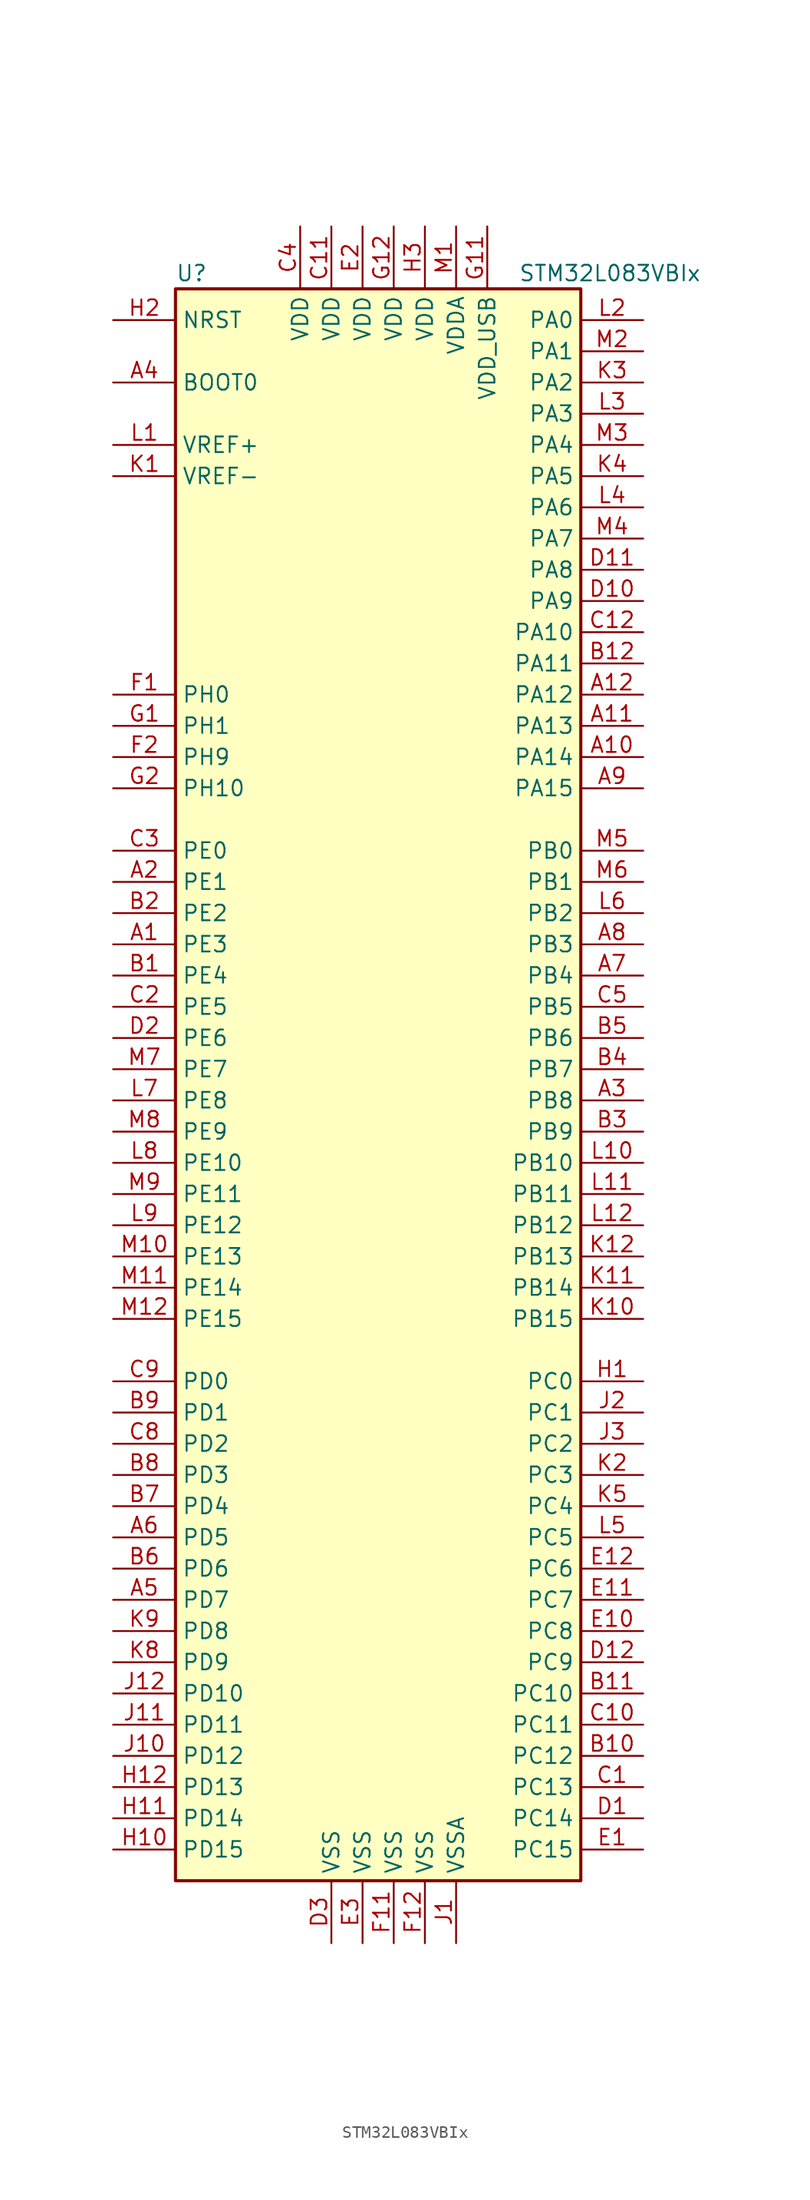
<source format=kicad_sym>
(kicad_symbol_lib
  (version 20201005)
  (generator kicad_symbol_editor)
  (symbol "STM32L083VBIx"
    (property "Reference" "U"
      (at -17.78 64.77 0)
      (effects (font (size 1.27 1.27)) (justify left)))
    (property "Value" "STM32L083VBIx"
      (at 10.16 64.77 0)
      (effects (font (size 1.27 1.27)) (justify left)))
    (symbol "STM32L083VBIx_0_1"
      (rectangle (start -17.78 -66.04) (end 15.24 63.5) (stroke (width 0.254)) (fill (type background))))
    (symbol "STM32L083VBIx_1_1"
      (pin input line (at -22.86 55.88 0) (length 5.08) (name "BOOT0" (effects (font (size 1.27 1.27)))) (number "A4" (effects (font (size 1.27 1.27)))))
      (pin input line (at -22.86 60.96 0) (length 5.08) (name "NRST" (effects (font (size 1.27 1.27)))) (number "H2" (effects (font (size 1.27 1.27)))))
      (pin bidirectional line (at 20.32 60.96 180) (length 5.08) (name "PA0" (effects (font (size 1.27 1.27)))) (number "L2" (effects (font (size 1.27 1.27)))))
      (pin bidirectional line (at 20.32 58.42 180) (length 5.08) (name "PA1" (effects (font (size 1.27 1.27)))) (number "M2" (effects (font (size 1.27 1.27)))))
      (pin bidirectional line (at 20.32 35.56 180) (length 5.08) (name "PA10" (effects (font (size 1.27 1.27)))) (number "C12" (effects (font (size 1.27 1.27)))))
      (pin bidirectional line (at 20.32 33.02 180) (length 5.08) (name "PA11" (effects (font (size 1.27 1.27)))) (number "B12" (effects (font (size 1.27 1.27)))))
      (pin bidirectional line (at 20.32 30.48 180) (length 5.08) (name "PA12" (effects (font (size 1.27 1.27)))) (number "A12" (effects (font (size 1.27 1.27)))))
      (pin bidirectional line (at 20.32 27.94 180) (length 5.08) (name "PA13" (effects (font (size 1.27 1.27)))) (number "A11" (effects (font (size 1.27 1.27)))))
      (pin bidirectional line (at 20.32 25.4 180) (length 5.08) (name "PA14" (effects (font (size 1.27 1.27)))) (number "A10" (effects (font (size 1.27 1.27)))))
      (pin bidirectional line (at 20.32 22.86 180) (length 5.08) (name "PA15" (effects (font (size 1.27 1.27)))) (number "A9" (effects (font (size 1.27 1.27)))))
      (pin bidirectional line (at 20.32 55.88 180) (length 5.08) (name "PA2" (effects (font (size 1.27 1.27)))) (number "K3" (effects (font (size 1.27 1.27)))))
      (pin bidirectional line (at 20.32 53.34 180) (length 5.08) (name "PA3" (effects (font (size 1.27 1.27)))) (number "L3" (effects (font (size 1.27 1.27)))))
      (pin bidirectional line (at 20.32 50.8 180) (length 5.08) (name "PA4" (effects (font (size 1.27 1.27)))) (number "M3" (effects (font (size 1.27 1.27)))))
      (pin bidirectional line (at 20.32 48.26 180) (length 5.08) (name "PA5" (effects (font (size 1.27 1.27)))) (number "K4" (effects (font (size 1.27 1.27)))))
      (pin bidirectional line (at 20.32 45.72 180) (length 5.08) (name "PA6" (effects (font (size 1.27 1.27)))) (number "L4" (effects (font (size 1.27 1.27)))))
      (pin bidirectional line (at 20.32 43.18 180) (length 5.08) (name "PA7" (effects (font (size 1.27 1.27)))) (number "M4" (effects (font (size 1.27 1.27)))))
      (pin bidirectional line (at 20.32 40.64 180) (length 5.08) (name "PA8" (effects (font (size 1.27 1.27)))) (number "D11" (effects (font (size 1.27 1.27)))))
      (pin bidirectional line (at 20.32 38.1 180) (length 5.08) (name "PA9" (effects (font (size 1.27 1.27)))) (number "D10" (effects (font (size 1.27 1.27)))))
      (pin bidirectional line (at 20.32 17.78 180) (length 5.08) (name "PB0" (effects (font (size 1.27 1.27)))) (number "M5" (effects (font (size 1.27 1.27)))))
      (pin bidirectional line (at 20.32 15.24 180) (length 5.08) (name "PB1" (effects (font (size 1.27 1.27)))) (number "M6" (effects (font (size 1.27 1.27)))))
      (pin bidirectional line (at 20.32 -7.62 180) (length 5.08) (name "PB10" (effects (font (size 1.27 1.27)))) (number "L10" (effects (font (size 1.27 1.27)))))
      (pin bidirectional line (at 20.32 -10.16 180) (length 5.08) (name "PB11" (effects (font (size 1.27 1.27)))) (number "L11" (effects (font (size 1.27 1.27)))))
      (pin bidirectional line (at 20.32 -12.7 180) (length 5.08) (name "PB12" (effects (font (size 1.27 1.27)))) (number "L12" (effects (font (size 1.27 1.27)))))
      (pin bidirectional line (at 20.32 -15.24 180) (length 5.08) (name "PB13" (effects (font (size 1.27 1.27)))) (number "K12" (effects (font (size 1.27 1.27)))))
      (pin bidirectional line (at 20.32 -17.78 180) (length 5.08) (name "PB14" (effects (font (size 1.27 1.27)))) (number "K11" (effects (font (size 1.27 1.27)))))
      (pin bidirectional line (at 20.32 -20.32 180) (length 5.08) (name "PB15" (effects (font (size 1.27 1.27)))) (number "K10" (effects (font (size 1.27 1.27)))))
      (pin bidirectional line (at 20.32 12.7 180) (length 5.08) (name "PB2" (effects (font (size 1.27 1.27)))) (number "L6" (effects (font (size 1.27 1.27)))))
      (pin bidirectional line (at 20.32 10.16 180) (length 5.08) (name "PB3" (effects (font (size 1.27 1.27)))) (number "A8" (effects (font (size 1.27 1.27)))))
      (pin bidirectional line (at 20.32 7.62 180) (length 5.08) (name "PB4" (effects (font (size 1.27 1.27)))) (number "A7" (effects (font (size 1.27 1.27)))))
      (pin bidirectional line (at 20.32 5.08 180) (length 5.08) (name "PB5" (effects (font (size 1.27 1.27)))) (number "C5" (effects (font (size 1.27 1.27)))))
      (pin bidirectional line (at 20.32 2.54 180) (length 5.08) (name "PB6" (effects (font (size 1.27 1.27)))) (number "B5" (effects (font (size 1.27 1.27)))))
      (pin bidirectional line (at 20.32 0 180) (length 5.08) (name "PB7" (effects (font (size 1.27 1.27)))) (number "B4" (effects (font (size 1.27 1.27)))))
      (pin bidirectional line (at 20.32 -2.54 180) (length 5.08) (name "PB8" (effects (font (size 1.27 1.27)))) (number "A3" (effects (font (size 1.27 1.27)))))
      (pin bidirectional line (at 20.32 -5.08 180) (length 5.08) (name "PB9" (effects (font (size 1.27 1.27)))) (number "B3" (effects (font (size 1.27 1.27)))))
      (pin bidirectional line (at 20.32 -25.4 180) (length 5.08) (name "PC0" (effects (font (size 1.27 1.27)))) (number "H1" (effects (font (size 1.27 1.27)))))
      (pin bidirectional line (at 20.32 -27.94 180) (length 5.08) (name "PC1" (effects (font (size 1.27 1.27)))) (number "J2" (effects (font (size 1.27 1.27)))))
      (pin bidirectional line (at 20.32 -50.8 180) (length 5.08) (name "PC10" (effects (font (size 1.27 1.27)))) (number "B11" (effects (font (size 1.27 1.27)))))
      (pin bidirectional line (at 20.32 -53.34 180) (length 5.08) (name "PC11" (effects (font (size 1.27 1.27)))) (number "C10" (effects (font (size 1.27 1.27)))))
      (pin bidirectional line (at 20.32 -55.88 180) (length 5.08) (name "PC12" (effects (font (size 1.27 1.27)))) (number "B10" (effects (font (size 1.27 1.27)))))
      (pin bidirectional line (at 20.32 -58.42 180) (length 5.08) (name "PC13" (effects (font (size 1.27 1.27)))) (number "C1" (effects (font (size 1.27 1.27)))))
      (pin bidirectional line (at 20.32 -60.96 180) (length 5.08) (name "PC14" (effects (font (size 1.27 1.27)))) (number "D1" (effects (font (size 1.27 1.27)))))
      (pin bidirectional line (at 20.32 -63.5 180) (length 5.08) (name "PC15" (effects (font (size 1.27 1.27)))) (number "E1" (effects (font (size 1.27 1.27)))))
      (pin bidirectional line (at 20.32 -30.48 180) (length 5.08) (name "PC2" (effects (font (size 1.27 1.27)))) (number "J3" (effects (font (size 1.27 1.27)))))
      (pin bidirectional line (at 20.32 -33.02 180) (length 5.08) (name "PC3" (effects (font (size 1.27 1.27)))) (number "K2" (effects (font (size 1.27 1.27)))))
      (pin bidirectional line (at 20.32 -35.56 180) (length 5.08) (name "PC4" (effects (font (size 1.27 1.27)))) (number "K5" (effects (font (size 1.27 1.27)))))
      (pin bidirectional line (at 20.32 -38.1 180) (length 5.08) (name "PC5" (effects (font (size 1.27 1.27)))) (number "L5" (effects (font (size 1.27 1.27)))))
      (pin bidirectional line (at 20.32 -40.64 180) (length 5.08) (name "PC6" (effects (font (size 1.27 1.27)))) (number "E12" (effects (font (size 1.27 1.27)))))
      (pin bidirectional line (at 20.32 -43.18 180) (length 5.08) (name "PC7" (effects (font (size 1.27 1.27)))) (number "E11" (effects (font (size 1.27 1.27)))))
      (pin bidirectional line (at 20.32 -45.72 180) (length 5.08) (name "PC8" (effects (font (size 1.27 1.27)))) (number "E10" (effects (font (size 1.27 1.27)))))
      (pin bidirectional line (at 20.32 -48.26 180) (length 5.08) (name "PC9" (effects (font (size 1.27 1.27)))) (number "D12" (effects (font (size 1.27 1.27)))))
      (pin bidirectional line (at -22.86 -25.4 0) (length 5.08) (name "PD0" (effects (font (size 1.27 1.27)))) (number "C9" (effects (font (size 1.27 1.27)))))
      (pin bidirectional line (at -22.86 -27.94 0) (length 5.08) (name "PD1" (effects (font (size 1.27 1.27)))) (number "B9" (effects (font (size 1.27 1.27)))))
      (pin bidirectional line (at -22.86 -50.8 0) (length 5.08) (name "PD10" (effects (font (size 1.27 1.27)))) (number "J12" (effects (font (size 1.27 1.27)))))
      (pin bidirectional line (at -22.86 -53.34 0) (length 5.08) (name "PD11" (effects (font (size 1.27 1.27)))) (number "J11" (effects (font (size 1.27 1.27)))))
      (pin bidirectional line (at -22.86 -55.88 0) (length 5.08) (name "PD12" (effects (font (size 1.27 1.27)))) (number "J10" (effects (font (size 1.27 1.27)))))
      (pin bidirectional line (at -22.86 -58.42 0) (length 5.08) (name "PD13" (effects (font (size 1.27 1.27)))) (number "H12" (effects (font (size 1.27 1.27)))))
      (pin bidirectional line (at -22.86 -60.96 0) (length 5.08) (name "PD14" (effects (font (size 1.27 1.27)))) (number "H11" (effects (font (size 1.27 1.27)))))
      (pin bidirectional line (at -22.86 -63.5 0) (length 5.08) (name "PD15" (effects (font (size 1.27 1.27)))) (number "H10" (effects (font (size 1.27 1.27)))))
      (pin bidirectional line (at -22.86 -30.48 0) (length 5.08) (name "PD2" (effects (font (size 1.27 1.27)))) (number "C8" (effects (font (size 1.27 1.27)))))
      (pin bidirectional line (at -22.86 -33.02 0) (length 5.08) (name "PD3" (effects (font (size 1.27 1.27)))) (number "B8" (effects (font (size 1.27 1.27)))))
      (pin bidirectional line (at -22.86 -35.56 0) (length 5.08) (name "PD4" (effects (font (size 1.27 1.27)))) (number "B7" (effects (font (size 1.27 1.27)))))
      (pin bidirectional line (at -22.86 -38.1 0) (length 5.08) (name "PD5" (effects (font (size 1.27 1.27)))) (number "A6" (effects (font (size 1.27 1.27)))))
      (pin bidirectional line (at -22.86 -40.64 0) (length 5.08) (name "PD6" (effects (font (size 1.27 1.27)))) (number "B6" (effects (font (size 1.27 1.27)))))
      (pin bidirectional line (at -22.86 -43.18 0) (length 5.08) (name "PD7" (effects (font (size 1.27 1.27)))) (number "A5" (effects (font (size 1.27 1.27)))))
      (pin bidirectional line (at -22.86 -45.72 0) (length 5.08) (name "PD8" (effects (font (size 1.27 1.27)))) (number "K9" (effects (font (size 1.27 1.27)))))
      (pin bidirectional line (at -22.86 -48.26 0) (length 5.08) (name "PD9" (effects (font (size 1.27 1.27)))) (number "K8" (effects (font (size 1.27 1.27)))))
      (pin bidirectional line (at -22.86 17.78 0) (length 5.08) (name "PE0" (effects (font (size 1.27 1.27)))) (number "C3" (effects (font (size 1.27 1.27)))))
      (pin bidirectional line (at -22.86 15.24 0) (length 5.08) (name "PE1" (effects (font (size 1.27 1.27)))) (number "A2" (effects (font (size 1.27 1.27)))))
      (pin bidirectional line (at -22.86 -7.62 0) (length 5.08) (name "PE10" (effects (font (size 1.27 1.27)))) (number "L8" (effects (font (size 1.27 1.27)))))
      (pin bidirectional line (at -22.86 -10.16 0) (length 5.08) (name "PE11" (effects (font (size 1.27 1.27)))) (number "M9" (effects (font (size 1.27 1.27)))))
      (pin bidirectional line (at -22.86 -12.7 0) (length 5.08) (name "PE12" (effects (font (size 1.27 1.27)))) (number "L9" (effects (font (size 1.27 1.27)))))
      (pin bidirectional line (at -22.86 -15.24 0) (length 5.08) (name "PE13" (effects (font (size 1.27 1.27)))) (number "M10" (effects (font (size 1.27 1.27)))))
      (pin bidirectional line (at -22.86 -17.78 0) (length 5.08) (name "PE14" (effects (font (size 1.27 1.27)))) (number "M11" (effects (font (size 1.27 1.27)))))
      (pin bidirectional line (at -22.86 -20.32 0) (length 5.08) (name "PE15" (effects (font (size 1.27 1.27)))) (number "M12" (effects (font (size 1.27 1.27)))))
      (pin bidirectional line (at -22.86 12.7 0) (length 5.08) (name "PE2" (effects (font (size 1.27 1.27)))) (number "B2" (effects (font (size 1.27 1.27)))))
      (pin bidirectional line (at -22.86 10.16 0) (length 5.08) (name "PE3" (effects (font (size 1.27 1.27)))) (number "A1" (effects (font (size 1.27 1.27)))))
      (pin bidirectional line (at -22.86 7.62 0) (length 5.08) (name "PE4" (effects (font (size 1.27 1.27)))) (number "B1" (effects (font (size 1.27 1.27)))))
      (pin bidirectional line (at -22.86 5.08 0) (length 5.08) (name "PE5" (effects (font (size 1.27 1.27)))) (number "C2" (effects (font (size 1.27 1.27)))))
      (pin bidirectional line (at -22.86 2.54 0) (length 5.08) (name "PE6" (effects (font (size 1.27 1.27)))) (number "D2" (effects (font (size 1.27 1.27)))))
      (pin bidirectional line (at -22.86 0 0) (length 5.08) (name "PE7" (effects (font (size 1.27 1.27)))) (number "M7" (effects (font (size 1.27 1.27)))))
      (pin bidirectional line (at -22.86 -2.54 0) (length 5.08) (name "PE8" (effects (font (size 1.27 1.27)))) (number "L7" (effects (font (size 1.27 1.27)))))
      (pin bidirectional line (at -22.86 -5.08 0) (length 5.08) (name "PE9" (effects (font (size 1.27 1.27)))) (number "M8" (effects (font (size 1.27 1.27)))))
      (pin input line (at -22.86 30.48 0) (length 5.08) (name "PH0" (effects (font (size 1.27 1.27)))) (number "F1" (effects (font (size 1.27 1.27)))))
      (pin input line (at -22.86 27.94 0) (length 5.08) (name "PH1" (effects (font (size 1.27 1.27)))) (number "G1" (effects (font (size 1.27 1.27)))))
      (pin bidirectional line (at -22.86 22.86 0) (length 5.08) (name "PH10" (effects (font (size 1.27 1.27)))) (number "G2" (effects (font (size 1.27 1.27)))))
      (pin bidirectional line (at -22.86 25.4 0) (length 5.08) (name "PH9" (effects (font (size 1.27 1.27)))) (number "F2" (effects (font (size 1.27 1.27)))))
      (pin power_in line (at -5.08 68.58 270) (length 5.08) (name "VDD" (effects (font (size 1.27 1.27)))) (number "C11" (effects (font (size 1.27 1.27)))))
      (pin power_in line (at -7.62 68.58 270) (length 5.08) (name "VDD" (effects (font (size 1.27 1.27)))) (number "C4" (effects (font (size 1.27 1.27)))))
      (pin power_in line (at -2.54 68.58 270) (length 5.08) (name "VDD" (effects (font (size 1.27 1.27)))) (number "E2" (effects (font (size 1.27 1.27)))))
      (pin power_in line (at 0 68.58 270) (length 5.08) (name "VDD" (effects (font (size 1.27 1.27)))) (number "G12" (effects (font (size 1.27 1.27)))))
      (pin power_in line (at 2.54 68.58 270) (length 5.08) (name "VDD" (effects (font (size 1.27 1.27)))) (number "H3" (effects (font (size 1.27 1.27)))))
      (pin power_in line (at 5.08 68.58 270) (length 5.08) (name "VDDA" (effects (font (size 1.27 1.27)))) (number "M1" (effects (font (size 1.27 1.27)))))
      (pin power_in line (at 7.62 68.58 270) (length 5.08) (name "VDD_USB" (effects (font (size 1.27 1.27)))) (number "G11" (effects (font (size 1.27 1.27)))))
      (pin power_in line (at -22.86 50.8 0) (length 5.08) (name "VREF+" (effects (font (size 1.27 1.27)))) (number "L1" (effects (font (size 1.27 1.27)))))
      (pin power_in line (at -22.86 48.26 0) (length 5.08) (name "VREF-" (effects (font (size 1.27 1.27)))) (number "K1" (effects (font (size 1.27 1.27)))))
      (pin power_in line (at -5.08 -71.12 90) (length 5.08) (name "VSS" (effects (font (size 1.27 1.27)))) (number "D3" (effects (font (size 1.27 1.27)))))
      (pin power_in line (at -2.54 -71.12 90) (length 5.08) (name "VSS" (effects (font (size 1.27 1.27)))) (number "E3" (effects (font (size 1.27 1.27)))))
      (pin power_in line (at 0 -71.12 90) (length 5.08) (name "VSS" (effects (font (size 1.27 1.27)))) (number "F11" (effects (font (size 1.27 1.27)))))
      (pin power_in line (at 2.54 -71.12 90) (length 5.08) (name "VSS" (effects (font (size 1.27 1.27)))) (number "F12" (effects (font (size 1.27 1.27)))))
      (pin power_in line (at 5.08 -71.12 90) (length 5.08) (name "VSSA" (effects (font (size 1.27 1.27)))) (number "J1" (effects (font (size 1.27 1.27))))))))
</source>
